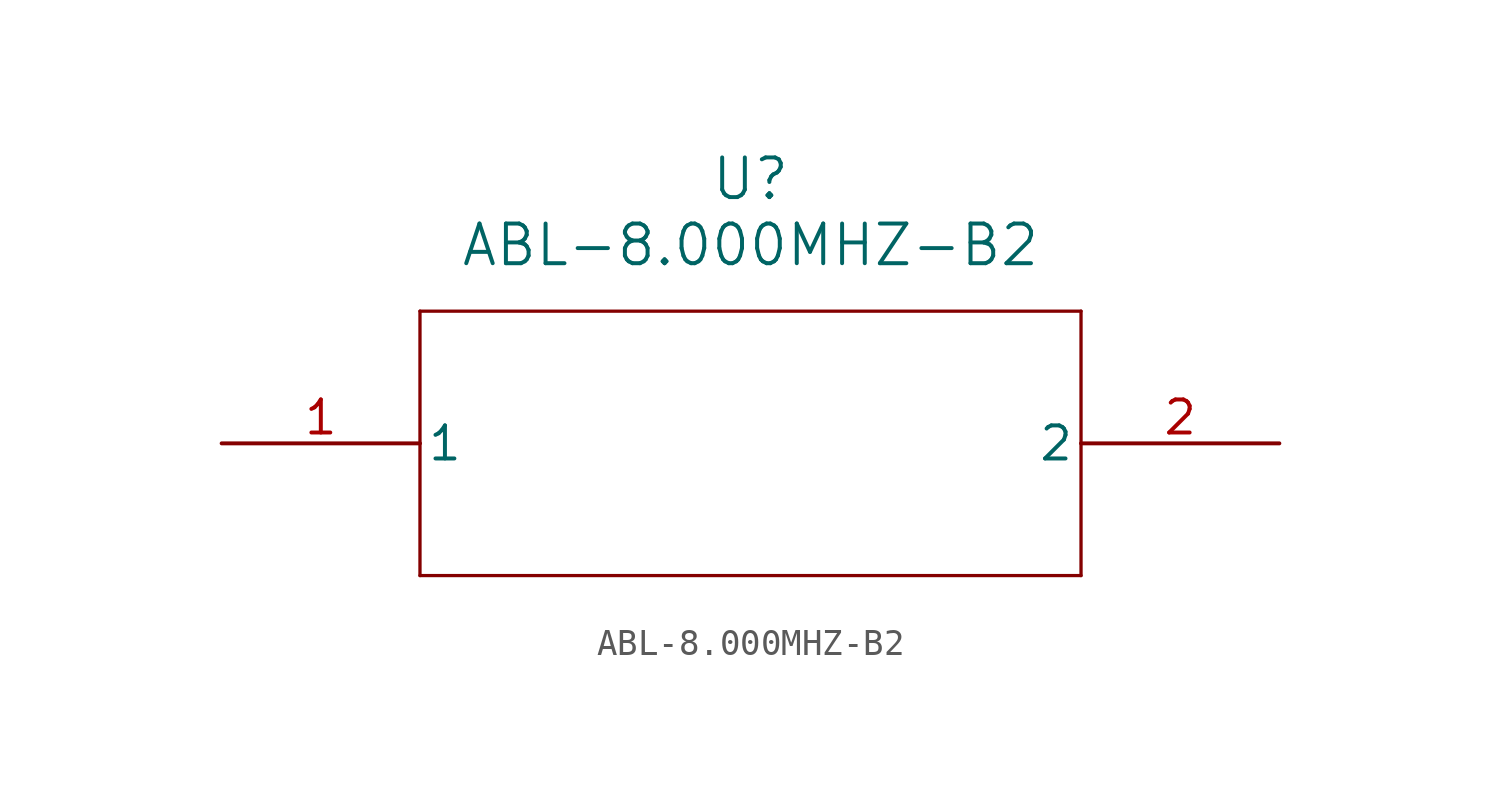
<source format=kicad_sym>
(kicad_symbol_lib
  (version 20211014)
  (generator kicad_symbol_editor)
  (symbol "ABL-8.000MHZ-B2"
    (pin_names
      (offset 0.254))
    (property "Reference" "U"
      (at 20.32 10.16 0)
      (effects (font (size 1.524 1.524))))
    (property "Value" "ABL-8.000MHZ-B2"
      (at 20.32 7.62 0)
      (effects (font (size 1.524 1.524))))
    (symbol "ABL-8.000MHZ-B2_0_1"
      (polyline (pts (xy 7.62 5.08) (xy 7.62 -5.08)) (stroke (width 0.127) (type default) (color 0 0 0 0)) (fill (type none)))
      (polyline (pts (xy 7.62 -5.08) (xy 33.02 -5.08)) (stroke (width 0.127) (type default) (color 0 0 0 0)) (fill (type none)))
      (polyline (pts (xy 33.02 -5.08) (xy 33.02 5.08)) (stroke (width 0.127) (type default) (color 0 0 0 0)) (fill (type none)))
      (polyline (pts (xy 33.02 5.08) (xy 7.62 5.08)) (stroke (width 0.127) (type default) (color 0 0 0 0)) (fill (type none)))
      (pin unspecified line (at 0 0 0) (length 7.62) (name "1" (effects (font (size 1.27 1.27)))) (number "1" (effects (font (size 1.27 1.27)))))
      (pin unspecified line (at 40.64 0 180) (length 7.62) (name "2" (effects (font (size 1.27 1.27)))) (number "2" (effects (font (size 1.27 1.27))))))))
</source>
